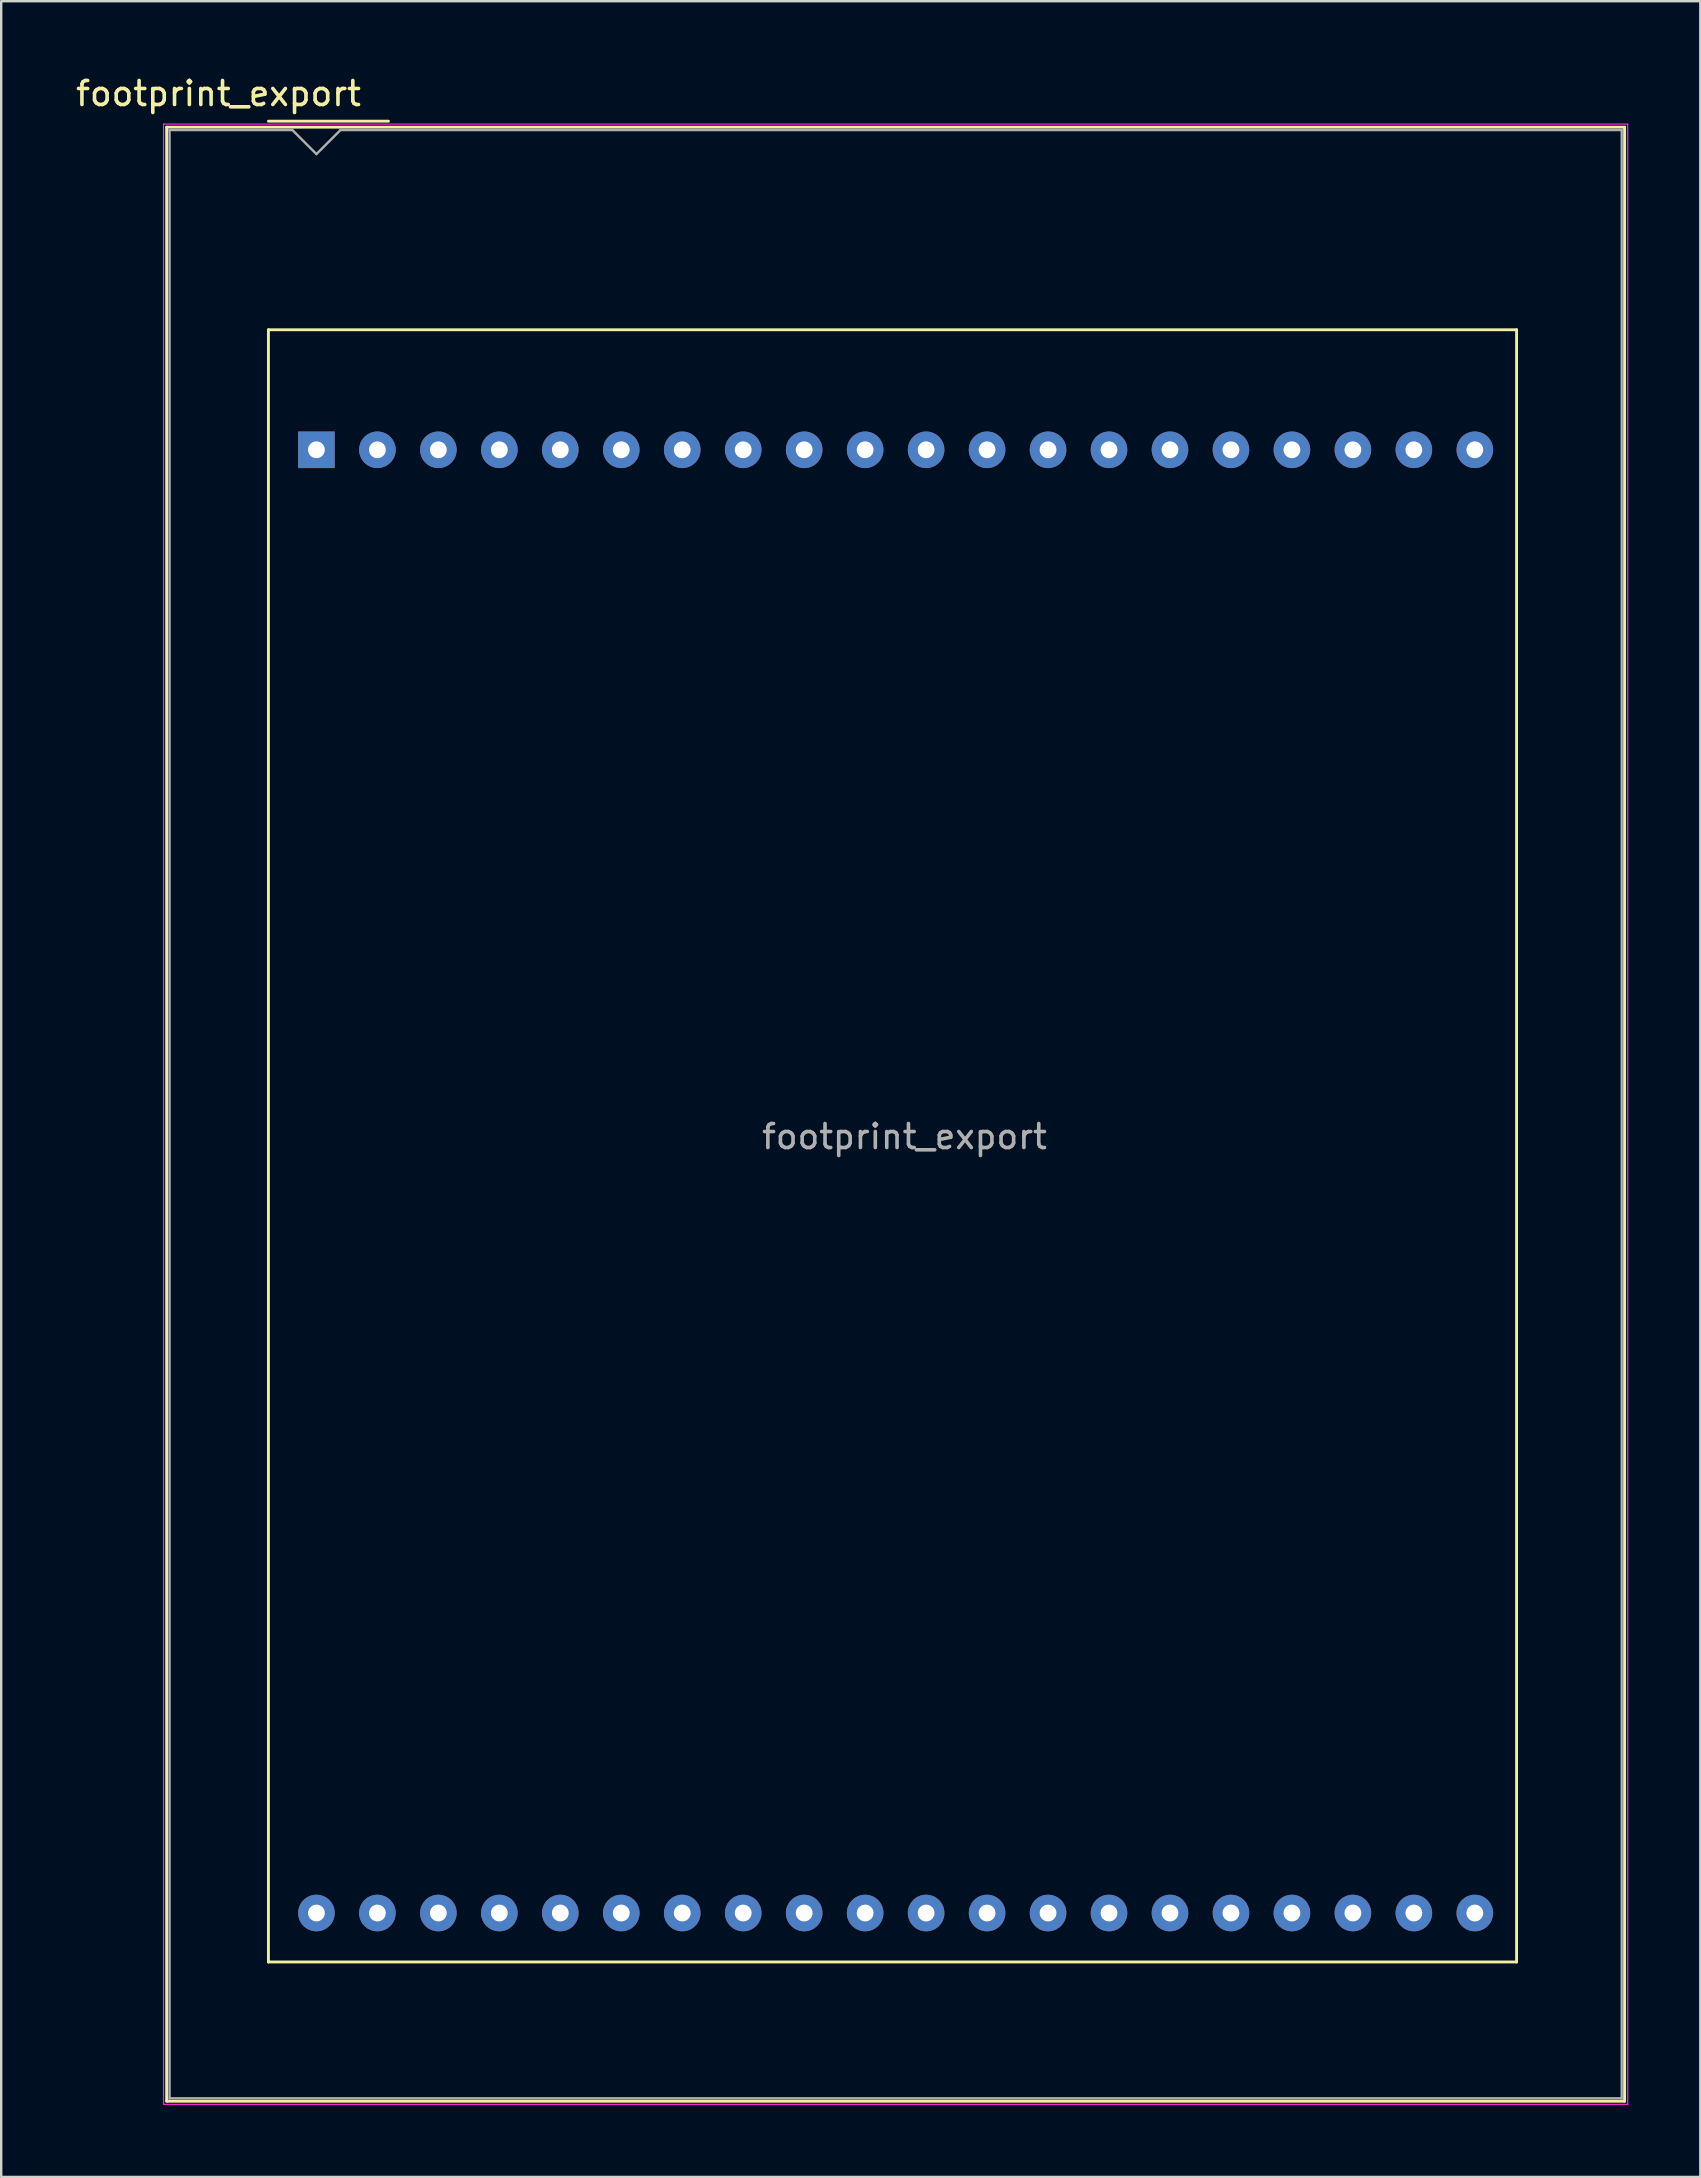
<source format=kicad_pcb>
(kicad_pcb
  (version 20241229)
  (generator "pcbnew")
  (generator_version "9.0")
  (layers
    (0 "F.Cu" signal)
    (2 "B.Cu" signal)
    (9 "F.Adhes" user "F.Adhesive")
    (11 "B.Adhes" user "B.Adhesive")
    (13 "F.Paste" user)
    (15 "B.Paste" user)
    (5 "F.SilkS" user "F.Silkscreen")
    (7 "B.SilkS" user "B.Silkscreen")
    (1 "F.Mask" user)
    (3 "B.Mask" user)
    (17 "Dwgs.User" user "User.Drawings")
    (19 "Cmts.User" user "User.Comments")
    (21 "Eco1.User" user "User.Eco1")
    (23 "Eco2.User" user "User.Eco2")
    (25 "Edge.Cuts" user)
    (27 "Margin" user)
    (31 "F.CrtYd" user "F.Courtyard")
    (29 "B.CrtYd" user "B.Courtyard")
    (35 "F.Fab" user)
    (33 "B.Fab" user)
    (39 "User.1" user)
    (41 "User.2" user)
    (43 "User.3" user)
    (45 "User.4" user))
  (footprint "footprint_export"
    (layer "F.Cu")
    (at 10.133 15.689)
    (property "Reference" "footprint_export" (at -4.079 -14.841 0) (layer "F.SilkS") (effects (font (size 1 1) (thickness 0.15))))
    (attr through_hole)
    (fp_line (start -6.24 -13.44) (end -6.24 68.8) (stroke (width 0.12) (type solid)) (layer "F.SilkS"))
    (fp_line (start -6.24 68.8) (end 54.5 68.8) (stroke (width 0.12) (type solid)) (layer "F.SilkS"))
    (fp_line (start -2 -5) (end -2 63) (stroke (width 0.12) (type solid)) (layer "F.SilkS"))
    (fp_line (start -2 63) (end 50 63) (stroke (width 0.12) (type solid)) (layer "F.SilkS"))
    (fp_line (start 3 -13.69) (end -2 -13.69) (stroke (width 0.12) (type solid)) (layer "F.SilkS"))
    (fp_line (start 50 -5) (end -2 -5) (stroke (width 0.12) (type solid)) (layer "F.SilkS"))
    (fp_line (start 50 63) (end 50 -5) (stroke (width 0.12) (type solid)) (layer "F.SilkS"))
    (fp_line (start 54.5 -13.44) (end -6.24 -13.44) (stroke (width 0.12) (type solid)) (layer "F.SilkS"))
    (fp_line (start 54.5 68.8) (end 54.5 -13.44) (stroke (width 0.12) (type solid)) (layer "F.SilkS"))
    (fp_line (start -6.37 -13.57) (end -6.37 68.93) (stroke (width 0.05) (type solid)) (layer "F.CrtYd"))
    (fp_line (start -6.37 68.93) (end 54.63 68.93) (stroke (width 0.05) (type solid)) (layer "F.CrtYd"))
    (fp_line (start 54.63 -13.57) (end -6.37 -13.57) (stroke (width 0.05) (type solid)) (layer "F.CrtYd"))
    (fp_line (start 54.63 68.93) (end 54.63 -13.57) (stroke (width 0.05) (type solid)) (layer "F.CrtYd"))
    (fp_line (start -6.12 -13.32) (end -6.12 68.68) (stroke (width 0.1) (type solid)) (layer "F.Fab"))
    (fp_line (start -6.12 68.68) (end 54.38 68.68) (stroke (width 0.1) (type solid)) (layer "F.Fab"))
    (fp_line (start -1 -13.32) (end -6.12 -13.32) (stroke (width 0.1) (type solid)) (layer "F.Fab"))
    (fp_line (start 0 -12.32) (end -1 -13.32) (stroke (width 0.1) (type solid)) (layer "F.Fab"))
    (fp_line (start 1 -13.32) (end 0 -12.32) (stroke (width 0.1) (type solid)) (layer "F.Fab"))
    (fp_line (start 54.38 -13.32) (end 1 -13.32) (stroke (width 0.1) (type solid)) (layer "F.Fab"))
    (fp_line (start 54.38 68.68) (end 54.38 -13.32) (stroke (width 0.1) (type solid)) (layer "F.Fab"))
    (fp_text user "${REFERENCE}" (at 24.498 28.613 0) (layer "F.Fab") (effects (font (size 1 1) (thickness 0.15))))
    (pad "1" thru_hole rect (at 0 0) (size 1.524 1.524) (drill 0.7) (layers "*.Cu" "*.Mask"))
    (pad "2" thru_hole circle (at 2.54 0 90) (size 1.524 1.524) (drill 0.7) (layers "*.Cu" "*.Mask"))
    (pad "3" thru_hole circle (at 5.08 0 90) (size 1.524 1.524) (drill 0.7) (layers "*.Cu" "*.Mask"))
    (pad "4" thru_hole circle (at 7.62 0 90) (size 1.524 1.524) (drill 0.7) (layers "*.Cu" "*.Mask"))
    (pad "5" thru_hole circle (at 10.16 0 90) (size 1.524 1.524) (drill 0.7) (layers "*.Cu" "*.Mask"))
    (pad "6" thru_hole circle (at 12.7 0 90) (size 1.524 1.524) (drill 0.7) (layers "*.Cu" "*.Mask"))
    (pad "7" thru_hole circle (at 15.24 0 90) (size 1.524 1.524) (drill 0.7) (layers "*.Cu" "*.Mask"))
    (pad "8" thru_hole circle (at 17.78 0 90) (size 1.524 1.524) (drill 0.7) (layers "*.Cu" "*.Mask"))
    (pad "9" thru_hole circle (at 20.32 0 90) (size 1.524 1.524) (drill 0.7) (layers "*.Cu" "*.Mask"))
    (pad "10" thru_hole circle (at 22.86 0 90) (size 1.524 1.524) (drill 0.7) (layers "*.Cu" "*.Mask"))
    (pad "11" thru_hole circle (at 25.4 0 90) (size 1.524 1.524) (drill 0.7) (layers "*.Cu" "*.Mask"))
    (pad "12" thru_hole circle (at 27.94 0 90) (size 1.524 1.524) (drill 0.7) (layers "*.Cu" "*.Mask"))
    (pad "13" thru_hole circle (at 30.48 0 90) (size 1.524 1.524) (drill 0.7) (layers "*.Cu" "*.Mask"))
    (pad "14" thru_hole circle (at 33.02 0 90) (size 1.524 1.524) (drill 0.7) (layers "*.Cu" "*.Mask"))
    (pad "15" thru_hole circle (at 35.56 0 90) (size 1.524 1.524) (drill 0.7) (layers "*.Cu" "*.Mask"))
    (pad "16" thru_hole circle (at 38.1 0 90) (size 1.524 1.524) (drill 0.7) (layers "*.Cu" "*.Mask"))
    (pad "17" thru_hole circle (at 40.64 0 90) (size 1.524 1.524) (drill 0.7) (layers "*.Cu" "*.Mask"))
    (pad "18" thru_hole circle (at 43.18 0 90) (size 1.524 1.524) (drill 0.7) (layers "*.Cu" "*.Mask"))
    (pad "19" thru_hole circle (at 45.72 0 90) (size 1.524 1.524) (drill 0.7) (layers "*.Cu" "*.Mask"))
    (pad "20" thru_hole circle (at 48.26 0 90) (size 1.524 1.524) (drill 0.7) (layers "*.Cu" "*.Mask"))
    (pad "21" thru_hole circle (at 48.26 60.96 90) (size 1.524 1.524) (drill 0.7) (layers "*.Cu" "*.Mask"))
    (pad "22" thru_hole circle (at 45.72 60.96 90) (size 1.524 1.524) (drill 0.7) (layers "*.Cu" "*.Mask"))
    (pad "23" thru_hole circle (at 43.18 60.96 90) (size 1.524 1.524) (drill 0.7) (layers "*.Cu" "*.Mask"))
    (pad "24" thru_hole circle (at 40.64 60.96 90) (size 1.524 1.524) (drill 0.7) (layers "*.Cu" "*.Mask"))
    (pad "25" thru_hole circle (at 38.1 60.96 90) (size 1.524 1.524) (drill 0.7) (layers "*.Cu" "*.Mask"))
    (pad "26" thru_hole circle (at 35.56 60.96 90) (size 1.524 1.524) (drill 0.7) (layers "*.Cu" "*.Mask"))
    (pad "27" thru_hole circle (at 33.02 60.96 90) (size 1.524 1.524) (drill 0.7) (layers "*.Cu" "*.Mask"))
    (pad "28" thru_hole circle (at 30.48 60.96 90) (size 1.524 1.524) (drill 0.7) (layers "*.Cu" "*.Mask"))
    (pad "29" thru_hole circle (at 27.94 60.96 90) (size 1.524 1.524) (drill 0.7) (layers "*.Cu" "*.Mask"))
    (pad "30" thru_hole circle (at 25.4 60.96 90) (size 1.524 1.524) (drill 0.7) (layers "*.Cu" "*.Mask"))
    (pad "31" thru_hole circle (at 22.86 60.96 90) (size 1.524 1.524) (drill 0.7) (layers "*.Cu" "*.Mask"))
    (pad "32" thru_hole circle (at 20.32 60.96 90) (size 1.524 1.524) (drill 0.7) (layers "*.Cu" "*.Mask"))
    (pad "33" thru_hole circle (at 17.78 60.96 90) (size 1.524 1.524) (drill 0.7) (layers "*.Cu" "*.Mask"))
    (pad "34" thru_hole circle (at 15.24 60.96 90) (size 1.524 1.524) (drill 0.7) (layers "*.Cu" "*.Mask"))
    (pad "35" thru_hole circle (at 12.7 60.96 90) (size 1.524 1.524) (drill 0.7) (layers "*.Cu" "*.Mask"))
    (pad "36" thru_hole circle (at 10.16 60.96 90) (size 1.524 1.524) (drill 0.7) (layers "*.Cu" "*.Mask"))
    (pad "37" thru_hole circle (at 7.62 60.96 90) (size 1.524 1.524) (drill 0.7) (layers "*.Cu" "*.Mask"))
    (pad "38" thru_hole circle (at 5.08 60.96 90) (size 1.524 1.524) (drill 0.7) (layers "*.Cu" "*.Mask"))
    (pad "39" thru_hole circle (at 2.54 60.96 90) (size 1.524 1.524) (drill 0.7) (layers "*.Cu" "*.Mask"))
    (pad "40" thru_hole circle (at 0 60.96 90) (size 1.524 1.524) (drill 0.7) (layers "*.Cu" "*.Mask")))
  (gr_rect
    (start -3 -3)
    (end 67.788 87.644)
    (stroke (width 0.1) (type default))
    (fill no)
    (layer "Edge.Cuts")))
</source>
